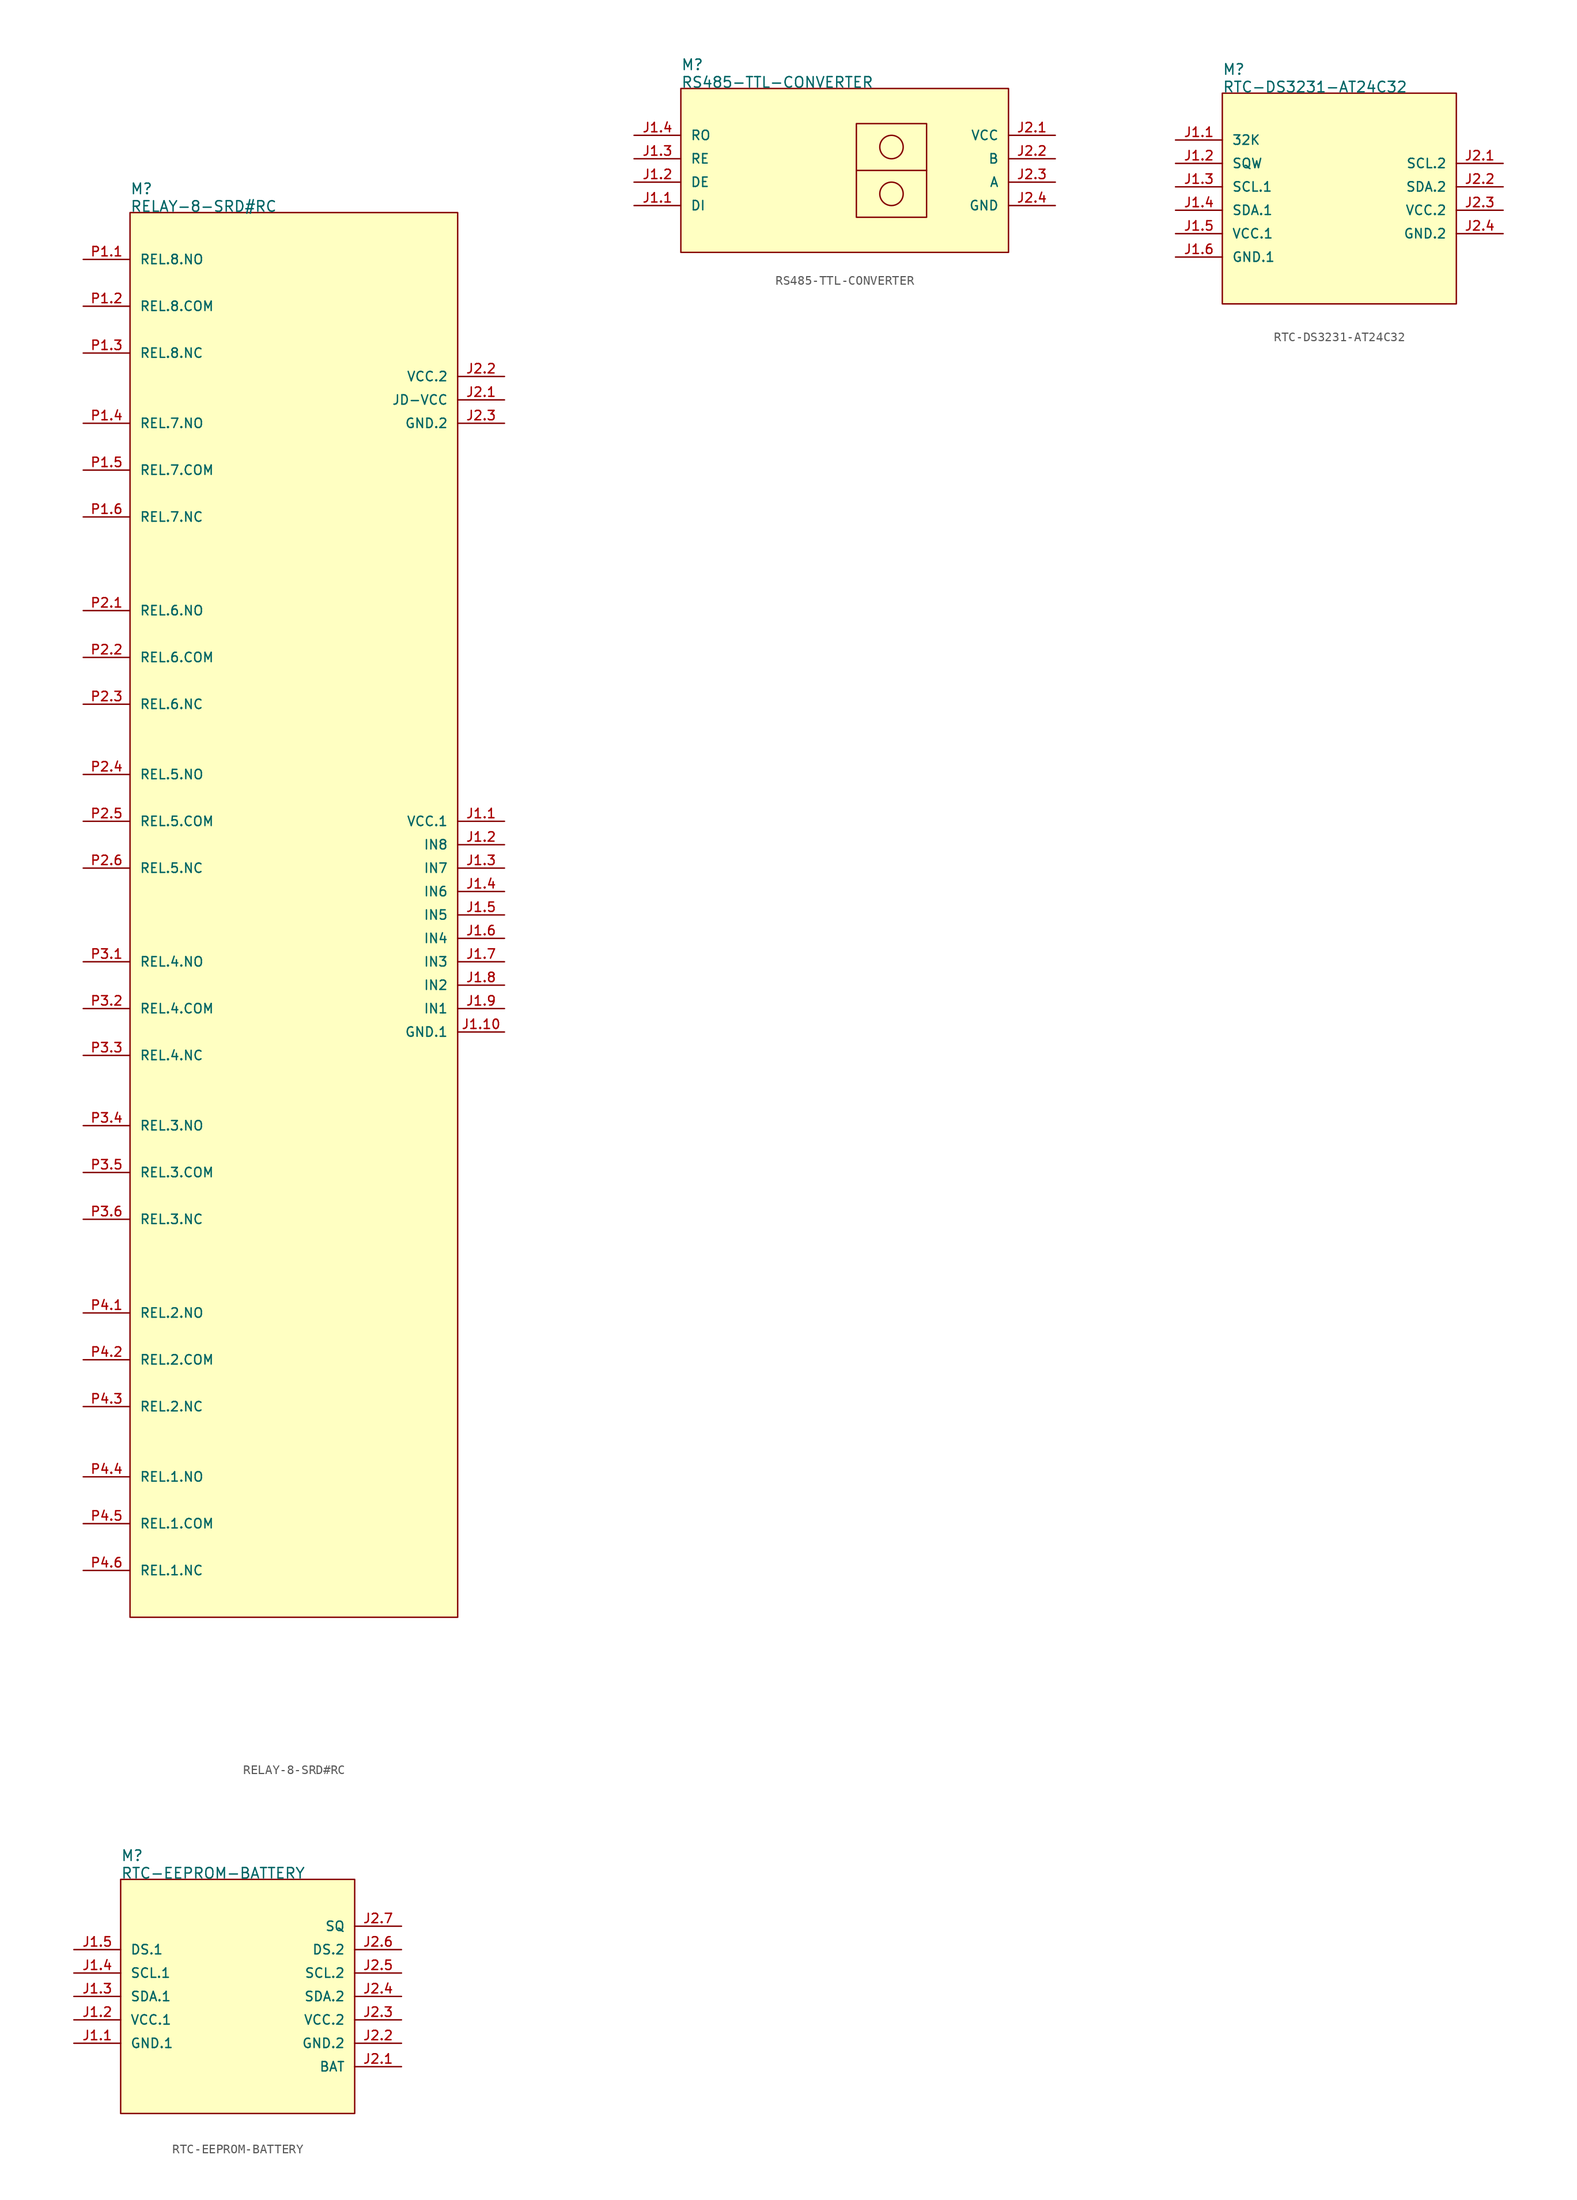
<source format=kicad_sym>
(kicad_symbol_lib
  (version 20211014)
  (generator kicad_symbol_editor)
  (symbol "RELAY-8-SRD#RC"
    (pin_names
      (offset 1.016))
    (property "Reference" "M"
      (at -17.78 78.105 0)
      (effects (font (size 1.143 1.143)) (justify left bottom)))
    (property "Value" "RELAY-8-SRD#RC"
      (at -17.78 76.2 0)
      (effects (font (size 1.143 1.143)) (justify left bottom)))
    (property "ki_locked" ""
      (at 0 0 0)
      (effects (font (size 1.27 1.27))))
    (symbol "RELAY-8-SRD#RC_1_1"
      (rectangle (start -17.78 -76.2) (end 17.78 76.2) (stroke (width 0) (type default) (color 0 0 0 0)) (fill (type background)))
      (pin power_in line (at 22.86 10.16 180) (length 5.08) (name "VCC.1" (effects (font (size 1.016 1.016)))) (number "J1.1" (effects (font (size 1.016 1.016)))))
      (pin power_in line (at 22.86 -12.7 180) (length 5.08) (name "GND.1" (effects (font (size 1.016 1.016)))) (number "J1.10" (effects (font (size 1.016 1.016)))))
      (pin bidirectional line (at 22.86 7.62 180) (length 5.08) (name "IN8" (effects (font (size 1.016 1.016)))) (number "J1.2" (effects (font (size 1.016 1.016)))))
      (pin bidirectional line (at 22.86 5.08 180) (length 5.08) (name "IN7" (effects (font (size 1.016 1.016)))) (number "J1.3" (effects (font (size 1.016 1.016)))))
      (pin bidirectional line (at 22.86 2.54 180) (length 5.08) (name "IN6" (effects (font (size 1.016 1.016)))) (number "J1.4" (effects (font (size 1.016 1.016)))))
      (pin bidirectional line (at 22.86 0 180) (length 5.08) (name "IN5" (effects (font (size 1.016 1.016)))) (number "J1.5" (effects (font (size 1.016 1.016)))))
      (pin bidirectional line (at 22.86 -2.54 180) (length 5.08) (name "IN4" (effects (font (size 1.016 1.016)))) (number "J1.6" (effects (font (size 1.016 1.016)))))
      (pin bidirectional line (at 22.86 -5.08 180) (length 5.08) (name "IN3" (effects (font (size 1.016 1.016)))) (number "J1.7" (effects (font (size 1.016 1.016)))))
      (pin bidirectional line (at 22.86 -7.62 180) (length 5.08) (name "IN2" (effects (font (size 1.016 1.016)))) (number "J1.8" (effects (font (size 1.016 1.016)))))
      (pin bidirectional line (at 22.86 -10.16 180) (length 5.08) (name "IN1" (effects (font (size 1.016 1.016)))) (number "J1.9" (effects (font (size 1.016 1.016)))))
      (pin bidirectional line (at 22.86 55.88 180) (length 5.08) (name "JD-VCC" (effects (font (size 1.016 1.016)))) (number "J2.1" (effects (font (size 1.016 1.016)))))
      (pin power_in line (at 22.86 58.42 180) (length 5.08) (name "VCC.2" (effects (font (size 1.016 1.016)))) (number "J2.2" (effects (font (size 1.016 1.016)))))
      (pin power_in line (at 22.86 53.34 180) (length 5.08) (name "GND.2" (effects (font (size 1.016 1.016)))) (number "J2.3" (effects (font (size 1.016 1.016)))))
      (pin bidirectional line (at -22.86 71.12 0) (length 5.08) (name "REL.8.NO" (effects (font (size 1.016 1.016)))) (number "P1.1" (effects (font (size 1.016 1.016)))))
      (pin bidirectional line (at -22.86 66.04 0) (length 5.08) (name "REL.8.COM" (effects (font (size 1.016 1.016)))) (number "P1.2" (effects (font (size 1.016 1.016)))))
      (pin bidirectional line (at -22.86 60.96 0) (length 5.08) (name "REL.8.NC" (effects (font (size 1.016 1.016)))) (number "P1.3" (effects (font (size 1.016 1.016)))))
      (pin bidirectional line (at -22.86 53.34 0) (length 5.08) (name "REL.7.NO" (effects (font (size 1.016 1.016)))) (number "P1.4" (effects (font (size 1.016 1.016)))))
      (pin bidirectional line (at -22.86 48.26 0) (length 5.08) (name "REL.7.COM" (effects (font (size 1.016 1.016)))) (number "P1.5" (effects (font (size 1.016 1.016)))))
      (pin bidirectional line (at -22.86 43.18 0) (length 5.08) (name "REL.7.NC" (effects (font (size 1.016 1.016)))) (number "P1.6" (effects (font (size 1.016 1.016)))))
      (pin bidirectional line (at -22.86 33.02 0) (length 5.08) (name "REL.6.NO" (effects (font (size 1.016 1.016)))) (number "P2.1" (effects (font (size 1.016 1.016)))))
      (pin bidirectional line (at -22.86 27.94 0) (length 5.08) (name "REL.6.COM" (effects (font (size 1.016 1.016)))) (number "P2.2" (effects (font (size 1.016 1.016)))))
      (pin bidirectional line (at -22.86 22.86 0) (length 5.08) (name "REL.6.NC" (effects (font (size 1.016 1.016)))) (number "P2.3" (effects (font (size 1.016 1.016)))))
      (pin bidirectional line (at -22.86 15.24 0) (length 5.08) (name "REL.5.NO" (effects (font (size 1.016 1.016)))) (number "P2.4" (effects (font (size 1.016 1.016)))))
      (pin bidirectional line (at -22.86 10.16 0) (length 5.08) (name "REL.5.COM" (effects (font (size 1.016 1.016)))) (number "P2.5" (effects (font (size 1.016 1.016)))))
      (pin bidirectional line (at -22.86 5.08 0) (length 5.08) (name "REL.5.NC" (effects (font (size 1.016 1.016)))) (number "P2.6" (effects (font (size 1.016 1.016)))))
      (pin bidirectional line (at -22.86 -5.08 0) (length 5.08) (name "REL.4.NO" (effects (font (size 1.016 1.016)))) (number "P3.1" (effects (font (size 1.016 1.016)))))
      (pin bidirectional line (at -22.86 -10.16 0) (length 5.08) (name "REL.4.COM" (effects (font (size 1.016 1.016)))) (number "P3.2" (effects (font (size 1.016 1.016)))))
      (pin bidirectional line (at -22.86 -15.24 0) (length 5.08) (name "REL.4.NC" (effects (font (size 1.016 1.016)))) (number "P3.3" (effects (font (size 1.016 1.016)))))
      (pin bidirectional line (at -22.86 -22.86 0) (length 5.08) (name "REL.3.NO" (effects (font (size 1.016 1.016)))) (number "P3.4" (effects (font (size 1.016 1.016)))))
      (pin bidirectional line (at -22.86 -27.94 0) (length 5.08) (name "REL.3.COM" (effects (font (size 1.016 1.016)))) (number "P3.5" (effects (font (size 1.016 1.016)))))
      (pin bidirectional line (at -22.86 -33.02 0) (length 5.08) (name "REL.3.NC" (effects (font (size 1.016 1.016)))) (number "P3.6" (effects (font (size 1.016 1.016)))))
      (pin bidirectional line (at -22.86 -43.18 0) (length 5.08) (name "REL.2.NO" (effects (font (size 1.016 1.016)))) (number "P4.1" (effects (font (size 1.016 1.016)))))
      (pin bidirectional line (at -22.86 -48.26 0) (length 5.08) (name "REL.2.COM" (effects (font (size 1.016 1.016)))) (number "P4.2" (effects (font (size 1.016 1.016)))))
      (pin bidirectional line (at -22.86 -53.34 0) (length 5.08) (name "REL.2.NC" (effects (font (size 1.016 1.016)))) (number "P4.3" (effects (font (size 1.016 1.016)))))
      (pin bidirectional line (at -22.86 -60.96 0) (length 5.08) (name "REL.1.NO" (effects (font (size 1.016 1.016)))) (number "P4.4" (effects (font (size 1.016 1.016)))))
      (pin bidirectional line (at -22.86 -66.04 0) (length 5.08) (name "REL.1.COM" (effects (font (size 1.016 1.016)))) (number "P4.5" (effects (font (size 1.016 1.016)))))
      (pin bidirectional line (at -22.86 -71.12 0) (length 5.08) (name "REL.1.NC" (effects (font (size 1.016 1.016)))) (number "P4.6" (effects (font (size 1.016 1.016)))))))
  (symbol "RS485-TTL-CONVERTER"
    (pin_names
      (offset 1.016))
    (property "Reference" "M"
      (at -17.78 9.525 0)
      (effects (font (size 1.143 1.143)) (justify left bottom)))
    (property "Value" "RS485-TTL-CONVERTER"
      (at -17.78 7.62 0)
      (effects (font (size 1.143 1.143)) (justify left bottom)))
    (property "ki_locked" ""
      (at 0 0 0)
      (effects (font (size 1.27 1.27))))
    (symbol "RS485-TTL-CONVERTER_1_0"
      (polyline (pts (xy 1.27 -1.27) (xy 8.89 -1.27)) (stroke (width 0) (type default) (color 0 0 0 0)) (fill (type none))))
    (symbol "RS485-TTL-CONVERTER_1_1"
      (rectangle (start -17.78 7.62) (end 17.78 -10.16) (stroke (width 0) (type default) (color 0 0 0 0)) (fill (type background)))
      (rectangle (start 1.27 3.81) (end 8.89 -6.35) (stroke (width 0) (type default) (color 0 0 0 0)) (fill (type none)))
      (circle (center 5.08 -3.81) (radius 1.27) (stroke (width 0) (type default) (color 0 0 0 0)) (fill (type none)))
      (circle (center 5.08 1.27) (radius 1.27) (stroke (width 0) (type default) (color 0 0 0 0)) (fill (type none)))
      (pin passive line (at -22.86 -5.08 0) (length 5.08) (name "DI" (effects (font (size 1.016 1.016)))) (number "J1.1" (effects (font (size 1.016 1.016)))))
      (pin passive line (at -22.86 -2.54 0) (length 5.08) (name "DE" (effects (font (size 1.016 1.016)))) (number "J1.2" (effects (font (size 1.016 1.016)))))
      (pin passive line (at -22.86 0 0) (length 5.08) (name "RE" (effects (font (size 1.016 1.016)))) (number "J1.3" (effects (font (size 1.016 1.016)))))
      (pin passive line (at -22.86 2.54 0) (length 5.08) (name "RO" (effects (font (size 1.016 1.016)))) (number "J1.4" (effects (font (size 1.016 1.016)))))
      (pin power_in line (at 22.86 2.54 180) (length 5.08) (name "VCC" (effects (font (size 1.016 1.016)))) (number "J2.1" (effects (font (size 1.016 1.016)))))
      (pin passive line (at 22.86 0 180) (length 5.08) (name "B" (effects (font (size 1.016 1.016)))) (number "J2.2" (effects (font (size 1.016 1.016)))))
      (pin passive line (at 22.86 -2.54 180) (length 5.08) (name "A" (effects (font (size 1.016 1.016)))) (number "J2.3" (effects (font (size 1.016 1.016)))))
      (pin power_in line (at 22.86 -5.08 180) (length 5.08) (name "GND" (effects (font (size 1.016 1.016)))) (number "J2.4" (effects (font (size 1.016 1.016)))))))
  (symbol "RTC-DS3231-AT24C32"
    (pin_names
      (offset 1.016))
    (property "Reference" "M"
      (at -12.7 12.065 0)
      (effects (font (size 1.143 1.143)) (justify left bottom)))
    (property "Value" "RTC-DS3231-AT24C32"
      (at -12.7 10.16 0)
      (effects (font (size 1.143 1.143)) (justify left bottom)))
    (property "ki_locked" ""
      (at 0 0 0)
      (effects (font (size 1.27 1.27))))
    (symbol "RTC-DS3231-AT24C32_1_1"
      (rectangle (start -12.7 10.16) (end 12.7 -12.7) (stroke (width 0) (type default) (color 0 0 0 0)) (fill (type background)))
      (pin bidirectional line (at -17.78 5.08 0) (length 5.08) (name "32K" (effects (font (size 1.016 1.016)))) (number "J1.1" (effects (font (size 1.016 1.016)))))
      (pin bidirectional line (at -17.78 2.54 0) (length 5.08) (name "SQW" (effects (font (size 1.016 1.016)))) (number "J1.2" (effects (font (size 1.016 1.016)))))
      (pin bidirectional line (at -17.78 0 0) (length 5.08) (name "SCL.1" (effects (font (size 1.016 1.016)))) (number "J1.3" (effects (font (size 1.016 1.016)))))
      (pin bidirectional line (at -17.78 -2.54 0) (length 5.08) (name "SDA.1" (effects (font (size 1.016 1.016)))) (number "J1.4" (effects (font (size 1.016 1.016)))))
      (pin power_in line (at -17.78 -5.08 0) (length 5.08) (name "VCC.1" (effects (font (size 1.016 1.016)))) (number "J1.5" (effects (font (size 1.016 1.016)))))
      (pin power_in line (at -17.78 -7.62 0) (length 5.08) (name "GND.1" (effects (font (size 1.016 1.016)))) (number "J1.6" (effects (font (size 1.016 1.016)))))
      (pin bidirectional line (at 17.78 2.54 180) (length 5.08) (name "SCL.2" (effects (font (size 1.016 1.016)))) (number "J2.1" (effects (font (size 1.016 1.016)))))
      (pin bidirectional line (at 17.78 0 180) (length 5.08) (name "SDA.2" (effects (font (size 1.016 1.016)))) (number "J2.2" (effects (font (size 1.016 1.016)))))
      (pin power_in line (at 17.78 -2.54 180) (length 5.08) (name "VCC.2" (effects (font (size 1.016 1.016)))) (number "J2.3" (effects (font (size 1.016 1.016)))))
      (pin power_in line (at 17.78 -5.08 180) (length 5.08) (name "GND.2" (effects (font (size 1.016 1.016)))) (number "J2.4" (effects (font (size 1.016 1.016)))))))
  (symbol "RTC-EEPROM-BATTERY"
    (pin_names
      (offset 1.016))
    (property "Reference" "M"
      (at -12.7 14.605 0)
      (effects (font (size 1.143 1.143)) (justify left bottom)))
    (property "Value" "RTC-EEPROM-BATTERY"
      (at -12.7 12.7 0)
      (effects (font (size 1.143 1.143)) (justify left bottom)))
    (property "ki_locked" ""
      (at 0 0 0)
      (effects (font (size 1.27 1.27))))
    (symbol "RTC-EEPROM-BATTERY_1_1"
      (rectangle (start -12.7 -12.7) (end 12.7 12.7) (stroke (width 0) (type default) (color 0 0 0 0)) (fill (type background)))
      (pin power_in line (at -17.78 -5.08 0) (length 5.08) (name "GND.1" (effects (font (size 1.016 1.016)))) (number "J1.1" (effects (font (size 1.016 1.016)))))
      (pin power_in line (at -17.78 -2.54 0) (length 5.08) (name "VCC.1" (effects (font (size 1.016 1.016)))) (number "J1.2" (effects (font (size 1.016 1.016)))))
      (pin bidirectional line (at -17.78 0 0) (length 5.08) (name "SDA.1" (effects (font (size 1.016 1.016)))) (number "J1.3" (effects (font (size 1.016 1.016)))))
      (pin bidirectional line (at -17.78 2.54 0) (length 5.08) (name "SCL.1" (effects (font (size 1.016 1.016)))) (number "J1.4" (effects (font (size 1.016 1.016)))))
      (pin bidirectional line (at -17.78 5.08 0) (length 5.08) (name "DS.1" (effects (font (size 1.016 1.016)))) (number "J1.5" (effects (font (size 1.016 1.016)))))
      (pin bidirectional line (at 17.78 -7.62 180) (length 5.08) (name "BAT" (effects (font (size 1.016 1.016)))) (number "J2.1" (effects (font (size 1.016 1.016)))))
      (pin power_in line (at 17.78 -5.08 180) (length 5.08) (name "GND.2" (effects (font (size 1.016 1.016)))) (number "J2.2" (effects (font (size 1.016 1.016)))))
      (pin power_in line (at 17.78 -2.54 180) (length 5.08) (name "VCC.2" (effects (font (size 1.016 1.016)))) (number "J2.3" (effects (font (size 1.016 1.016)))))
      (pin bidirectional line (at 17.78 0 180) (length 5.08) (name "SDA.2" (effects (font (size 1.016 1.016)))) (number "J2.4" (effects (font (size 1.016 1.016)))))
      (pin bidirectional line (at 17.78 2.54 180) (length 5.08) (name "SCL.2" (effects (font (size 1.016 1.016)))) (number "J2.5" (effects (font (size 1.016 1.016)))))
      (pin bidirectional line (at 17.78 5.08 180) (length 5.08) (name "DS.2" (effects (font (size 1.016 1.016)))) (number "J2.6" (effects (font (size 1.016 1.016)))))
      (pin bidirectional line (at 17.78 7.62 180) (length 5.08) (name "SQ" (effects (font (size 1.016 1.016)))) (number "J2.7" (effects (font (size 1.016 1.016))))))))
</source>
